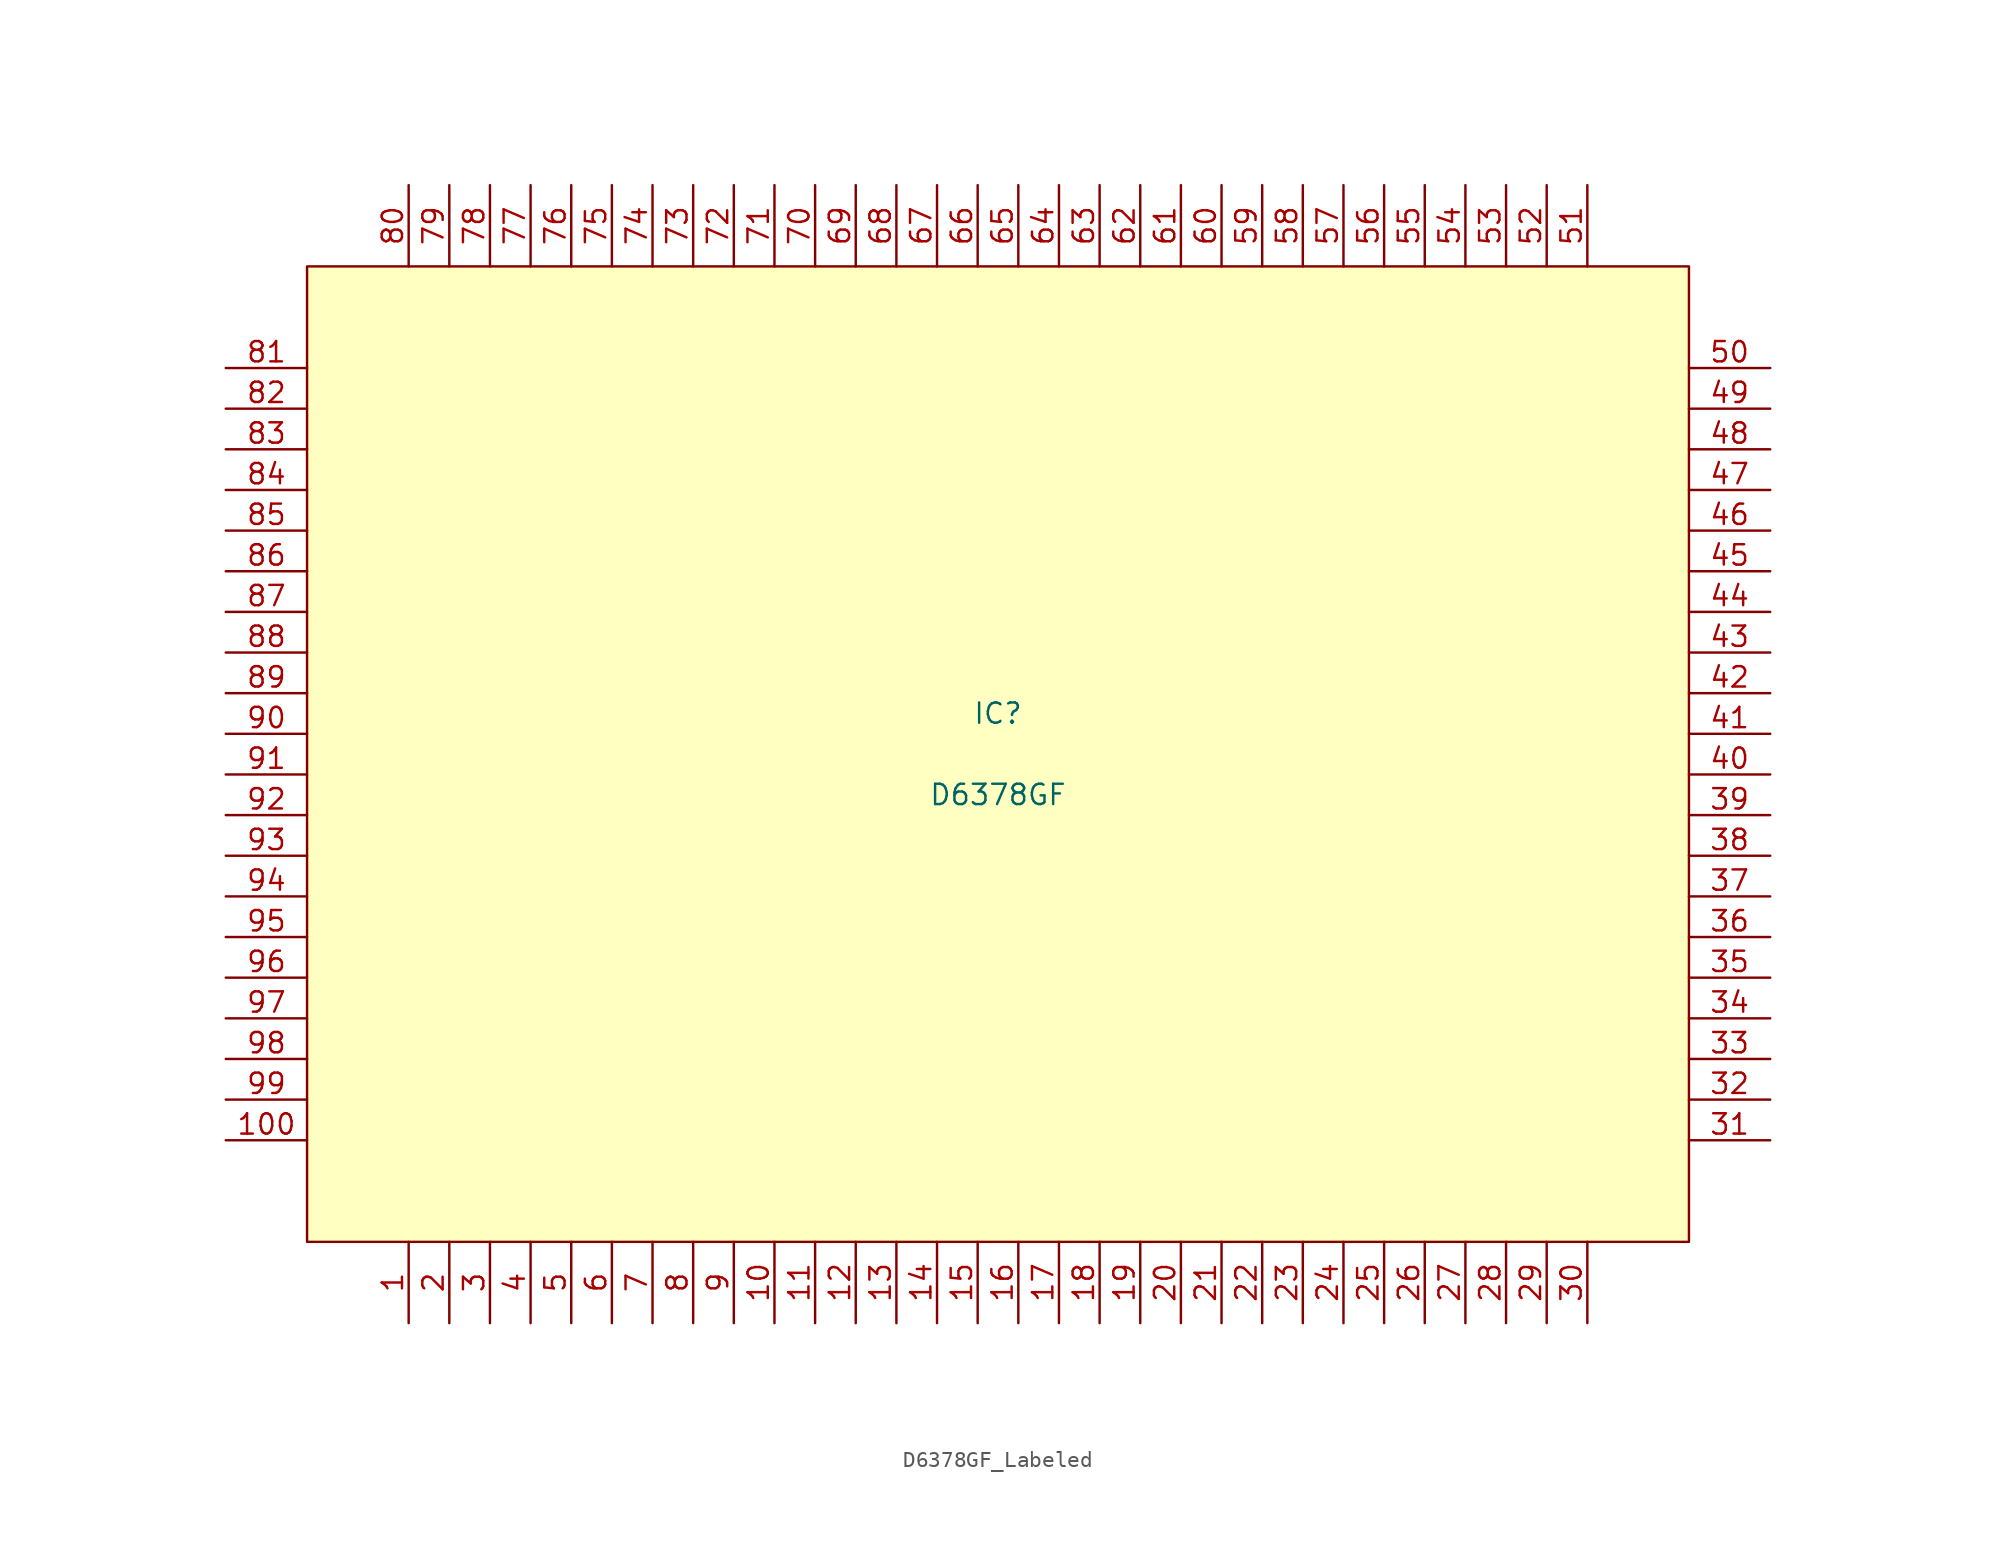
<source format=kicad_sym>
(kicad_symbol_lib
  (version 20220914)
  (generator kicad_symbol_editor)
  (symbol "D6378GF_Labeled"
    (property "Reference" "IC"
      (at 0 2.54 0)
      (effects (font (size 1.27 1.27))))
    (property "Value" "D6378GF"
      (at 0 -2.54 0)
      (effects (font (size 1.27 1.27))))
    (symbol "D6378GF_Labeled_1_1"
      (rectangle (start -43.18 30.48) (end 43.18 -30.48) (stroke (width 0) (type default)) (fill (type background)))
      (pin passive line (at -36.83 -35.56 90) (length 5.08) (name "" (effects (font (size 1.27 1.27)))) (number "1" (effects (font (size 1.27 1.27)))))
      (pin passive line (at -13.97 -35.56 90) (length 5.08) (name "" (effects (font (size 1.27 1.27)))) (number "10" (effects (font (size 1.27 1.27)))))
      (pin passive line (at -48.26 -24.13 0) (length 5.08) (name "" (effects (font (size 1.27 1.27)))) (number "100" (effects (font (size 1.27 1.27)))))
      (pin passive line (at -11.43 -35.56 90) (length 5.08) (name "" (effects (font (size 1.27 1.27)))) (number "11" (effects (font (size 1.27 1.27)))))
      (pin passive line (at -8.89 -35.56 90) (length 5.08) (name "" (effects (font (size 1.27 1.27)))) (number "12" (effects (font (size 1.27 1.27)))))
      (pin passive line (at -6.35 -35.56 90) (length 5.08) (name "" (effects (font (size 1.27 1.27)))) (number "13" (effects (font (size 1.27 1.27)))))
      (pin passive line (at -3.81 -35.56 90) (length 5.08) (name "" (effects (font (size 1.27 1.27)))) (number "14" (effects (font (size 1.27 1.27)))))
      (pin passive line (at -1.27 -35.56 90) (length 5.08) (name "" (effects (font (size 1.27 1.27)))) (number "15" (effects (font (size 1.27 1.27)))))
      (pin passive line (at 1.27 -35.56 90) (length 5.08) (name "" (effects (font (size 1.27 1.27)))) (number "16" (effects (font (size 1.27 1.27)))))
      (pin passive line (at 3.81 -35.56 90) (length 5.08) (name "" (effects (font (size 1.27 1.27)))) (number "17" (effects (font (size 1.27 1.27)))))
      (pin passive line (at 6.35 -35.56 90) (length 5.08) (name "" (effects (font (size 1.27 1.27)))) (number "18" (effects (font (size 1.27 1.27)))))
      (pin passive line (at 8.89 -35.56 90) (length 5.08) (name "" (effects (font (size 1.27 1.27)))) (number "19" (effects (font (size 1.27 1.27)))))
      (pin passive line (at -34.29 -35.56 90) (length 5.08) (name "" (effects (font (size 1.27 1.27)))) (number "2" (effects (font (size 1.27 1.27)))))
      (pin passive line (at 11.43 -35.56 90) (length 5.08) (name "" (effects (font (size 1.27 1.27)))) (number "20" (effects (font (size 1.27 1.27)))))
      (pin passive line (at 13.97 -35.56 90) (length 5.08) (name "" (effects (font (size 1.27 1.27)))) (number "21" (effects (font (size 1.27 1.27)))))
      (pin passive line (at 16.51 -35.56 90) (length 5.08) (name "" (effects (font (size 1.27 1.27)))) (number "22" (effects (font (size 1.27 1.27)))))
      (pin passive line (at 19.05 -35.56 90) (length 5.08) (name "" (effects (font (size 1.27 1.27)))) (number "23" (effects (font (size 1.27 1.27)))))
      (pin passive line (at 21.59 -35.56 90) (length 5.08) (name "" (effects (font (size 1.27 1.27)))) (number "24" (effects (font (size 1.27 1.27)))))
      (pin passive line (at 24.13 -35.56 90) (length 5.08) (name "" (effects (font (size 1.27 1.27)))) (number "25" (effects (font (size 1.27 1.27)))))
      (pin passive line (at 26.67 -35.56 90) (length 5.08) (name "" (effects (font (size 1.27 1.27)))) (number "26" (effects (font (size 1.27 1.27)))))
      (pin passive line (at 29.21 -35.56 90) (length 5.08) (name "" (effects (font (size 1.27 1.27)))) (number "27" (effects (font (size 1.27 1.27)))))
      (pin passive line (at 31.75 -35.56 90) (length 5.08) (name "" (effects (font (size 1.27 1.27)))) (number "28" (effects (font (size 1.27 1.27)))))
      (pin passive line (at 34.29 -35.56 90) (length 5.08) (name "" (effects (font (size 1.27 1.27)))) (number "29" (effects (font (size 1.27 1.27)))))
      (pin passive line (at -31.75 -35.56 90) (length 5.08) (name "" (effects (font (size 1.27 1.27)))) (number "3" (effects (font (size 1.27 1.27)))))
      (pin passive line (at 36.83 -35.56 90) (length 5.08) (name "" (effects (font (size 1.27 1.27)))) (number "30" (effects (font (size 1.27 1.27)))))
      (pin passive line (at 48.26 -24.13 180) (length 5.08) (name "" (effects (font (size 1.27 1.27)))) (number "31" (effects (font (size 1.27 1.27)))))
      (pin passive line (at 48.26 -21.59 180) (length 5.08) (name "" (effects (font (size 1.27 1.27)))) (number "32" (effects (font (size 1.27 1.27)))))
      (pin passive line (at 48.26 -19.05 180) (length 5.08) (name "" (effects (font (size 1.27 1.27)))) (number "33" (effects (font (size 1.27 1.27)))))
      (pin passive line (at 48.26 -16.51 180) (length 5.08) (name "" (effects (font (size 1.27 1.27)))) (number "34" (effects (font (size 1.27 1.27)))))
      (pin passive line (at 48.26 -13.97 180) (length 5.08) (name "" (effects (font (size 1.27 1.27)))) (number "35" (effects (font (size 1.27 1.27)))))
      (pin passive line (at 48.26 -11.43 180) (length 5.08) (name "" (effects (font (size 1.27 1.27)))) (number "36" (effects (font (size 1.27 1.27)))))
      (pin passive line (at 48.26 -8.89 180) (length 5.08) (name "" (effects (font (size 1.27 1.27)))) (number "37" (effects (font (size 1.27 1.27)))))
      (pin passive line (at 48.26 -6.35 180) (length 5.08) (name "" (effects (font (size 1.27 1.27)))) (number "38" (effects (font (size 1.27 1.27)))))
      (pin passive line (at 48.26 -3.81 180) (length 5.08) (name "" (effects (font (size 1.27 1.27)))) (number "39" (effects (font (size 1.27 1.27)))))
      (pin passive line (at -29.21 -35.56 90) (length 5.08) (name "" (effects (font (size 1.27 1.27)))) (number "4" (effects (font (size 1.27 1.27)))))
      (pin passive line (at 48.26 -1.27 180) (length 5.08) (name "" (effects (font (size 1.27 1.27)))) (number "40" (effects (font (size 1.27 1.27)))))
      (pin passive line (at 48.26 1.27 180) (length 5.08) (name "" (effects (font (size 1.27 1.27)))) (number "41" (effects (font (size 1.27 1.27)))))
      (pin passive line (at 48.26 3.81 180) (length 5.08) (name "" (effects (font (size 1.27 1.27)))) (number "42" (effects (font (size 1.27 1.27)))))
      (pin passive line (at 48.26 6.35 180) (length 5.08) (name "" (effects (font (size 1.27 1.27)))) (number "43" (effects (font (size 1.27 1.27)))))
      (pin passive line (at 48.26 8.89 180) (length 5.08) (name "" (effects (font (size 1.27 1.27)))) (number "44" (effects (font (size 1.27 1.27)))))
      (pin passive line (at 48.26 11.43 180) (length 5.08) (name "" (effects (font (size 1.27 1.27)))) (number "45" (effects (font (size 1.27 1.27)))))
      (pin passive line (at 48.26 13.97 180) (length 5.08) (name "" (effects (font (size 1.27 1.27)))) (number "46" (effects (font (size 1.27 1.27)))))
      (pin passive line (at 48.26 16.51 180) (length 5.08) (name "" (effects (font (size 1.27 1.27)))) (number "47" (effects (font (size 1.27 1.27)))))
      (pin passive line (at 48.26 19.05 180) (length 5.08) (name "" (effects (font (size 1.27 1.27)))) (number "48" (effects (font (size 1.27 1.27)))))
      (pin passive line (at 48.26 21.59 180) (length 5.08) (name "" (effects (font (size 1.27 1.27)))) (number "49" (effects (font (size 1.27 1.27)))))
      (pin passive line (at -26.67 -35.56 90) (length 5.08) (name "" (effects (font (size 1.27 1.27)))) (number "5" (effects (font (size 1.27 1.27)))))
      (pin passive line (at 48.26 24.13 180) (length 5.08) (name "" (effects (font (size 1.27 1.27)))) (number "50" (effects (font (size 1.27 1.27)))))
      (pin passive line (at 36.83 35.56 270) (length 5.08) (name "" (effects (font (size 1.27 1.27)))) (number "51" (effects (font (size 1.27 1.27)))))
      (pin passive line (at 34.29 35.56 270) (length 5.08) (name "" (effects (font (size 1.27 1.27)))) (number "52" (effects (font (size 1.27 1.27)))))
      (pin passive line (at 31.75 35.56 270) (length 5.08) (name "" (effects (font (size 1.27 1.27)))) (number "53" (effects (font (size 1.27 1.27)))))
      (pin passive line (at 29.21 35.56 270) (length 5.08) (name "" (effects (font (size 1.27 1.27)))) (number "54" (effects (font (size 1.27 1.27)))))
      (pin passive line (at 26.67 35.56 270) (length 5.08) (name "" (effects (font (size 1.27 1.27)))) (number "55" (effects (font (size 1.27 1.27)))))
      (pin passive line (at 24.13 35.56 270) (length 5.08) (name "" (effects (font (size 1.27 1.27)))) (number "56" (effects (font (size 1.27 1.27)))))
      (pin passive line (at 21.59 35.56 270) (length 5.08) (name "" (effects (font (size 1.27 1.27)))) (number "57" (effects (font (size 1.27 1.27)))))
      (pin passive line (at 19.05 35.56 270) (length 5.08) (name "" (effects (font (size 1.27 1.27)))) (number "58" (effects (font (size 1.27 1.27)))))
      (pin passive line (at 16.51 35.56 270) (length 5.08) (name "" (effects (font (size 1.27 1.27)))) (number "59" (effects (font (size 1.27 1.27)))))
      (pin passive line (at -24.13 -35.56 90) (length 5.08) (name "" (effects (font (size 1.27 1.27)))) (number "6" (effects (font (size 1.27 1.27)))))
      (pin passive line (at 13.97 35.56 270) (length 5.08) (name "" (effects (font (size 1.27 1.27)))) (number "60" (effects (font (size 1.27 1.27)))))
      (pin passive line (at 11.43 35.56 270) (length 5.08) (name "" (effects (font (size 1.27 1.27)))) (number "61" (effects (font (size 1.27 1.27)))))
      (pin passive line (at 8.89 35.56 270) (length 5.08) (name "" (effects (font (size 1.27 1.27)))) (number "62" (effects (font (size 1.27 1.27)))))
      (pin passive line (at 6.35 35.56 270) (length 5.08) (name "" (effects (font (size 1.27 1.27)))) (number "63" (effects (font (size 1.27 1.27)))))
      (pin passive line (at 3.81 35.56 270) (length 5.08) (name "" (effects (font (size 1.27 1.27)))) (number "64" (effects (font (size 1.27 1.27)))))
      (pin passive line (at 1.27 35.56 270) (length 5.08) (name "" (effects (font (size 1.27 1.27)))) (number "65" (effects (font (size 1.27 1.27)))))
      (pin passive line (at -1.27 35.56 270) (length 5.08) (name "" (effects (font (size 1.27 1.27)))) (number "66" (effects (font (size 1.27 1.27)))))
      (pin passive line (at -3.81 35.56 270) (length 5.08) (name "" (effects (font (size 1.27 1.27)))) (number "67" (effects (font (size 1.27 1.27)))))
      (pin passive line (at -6.35 35.56 270) (length 5.08) (name "" (effects (font (size 1.27 1.27)))) (number "68" (effects (font (size 1.27 1.27)))))
      (pin passive line (at -8.89 35.56 270) (length 5.08) (name "" (effects (font (size 1.27 1.27)))) (number "69" (effects (font (size 1.27 1.27)))))
      (pin passive line (at -21.59 -35.56 90) (length 5.08) (name "" (effects (font (size 1.27 1.27)))) (number "7" (effects (font (size 1.27 1.27)))))
      (pin passive line (at -11.43 35.56 270) (length 5.08) (name "" (effects (font (size 1.27 1.27)))) (number "70" (effects (font (size 1.27 1.27)))))
      (pin passive line (at -13.97 35.56 270) (length 5.08) (name "" (effects (font (size 1.27 1.27)))) (number "71" (effects (font (size 1.27 1.27)))))
      (pin passive line (at -16.51 35.56 270) (length 5.08) (name "" (effects (font (size 1.27 1.27)))) (number "72" (effects (font (size 1.27 1.27)))))
      (pin passive line (at -19.05 35.56 270) (length 5.08) (name "" (effects (font (size 1.27 1.27)))) (number "73" (effects (font (size 1.27 1.27)))))
      (pin passive line (at -21.59 35.56 270) (length 5.08) (name "" (effects (font (size 1.27 1.27)))) (number "74" (effects (font (size 1.27 1.27)))))
      (pin passive line (at -24.13 35.56 270) (length 5.08) (name "" (effects (font (size 1.27 1.27)))) (number "75" (effects (font (size 1.27 1.27)))))
      (pin passive line (at -26.67 35.56 270) (length 5.08) (name "" (effects (font (size 1.27 1.27)))) (number "76" (effects (font (size 1.27 1.27)))))
      (pin passive line (at -29.21 35.56 270) (length 5.08) (name "" (effects (font (size 1.27 1.27)))) (number "77" (effects (font (size 1.27 1.27)))))
      (pin passive line (at -31.75 35.56 270) (length 5.08) (name "" (effects (font (size 1.27 1.27)))) (number "78" (effects (font (size 1.27 1.27)))))
      (pin passive line (at -34.29 35.56 270) (length 5.08) (name "" (effects (font (size 1.27 1.27)))) (number "79" (effects (font (size 1.27 1.27)))))
      (pin passive line (at -19.05 -35.56 90) (length 5.08) (name "" (effects (font (size 1.27 1.27)))) (number "8" (effects (font (size 1.27 1.27)))))
      (pin passive line (at -36.83 35.56 270) (length 5.08) (name "" (effects (font (size 1.27 1.27)))) (number "80" (effects (font (size 1.27 1.27)))))
      (pin passive line (at -48.26 24.13 0) (length 5.08) (name "" (effects (font (size 1.27 1.27)))) (number "81" (effects (font (size 1.27 1.27)))))
      (pin passive line (at -48.26 21.59 0) (length 5.08) (name "" (effects (font (size 1.27 1.27)))) (number "82" (effects (font (size 1.27 1.27)))))
      (pin passive line (at -48.26 19.05 0) (length 5.08) (name "" (effects (font (size 1.27 1.27)))) (number "83" (effects (font (size 1.27 1.27)))))
      (pin passive line (at -48.26 16.51 0) (length 5.08) (name "" (effects (font (size 1.27 1.27)))) (number "84" (effects (font (size 1.27 1.27)))))
      (pin passive line (at -48.26 13.97 0) (length 5.08) (name "" (effects (font (size 1.27 1.27)))) (number "85" (effects (font (size 1.27 1.27)))))
      (pin passive line (at -48.26 11.43 0) (length 5.08) (name "" (effects (font (size 1.27 1.27)))) (number "86" (effects (font (size 1.27 1.27)))))
      (pin passive line (at -48.26 8.89 0) (length 5.08) (name "" (effects (font (size 1.27 1.27)))) (number "87" (effects (font (size 1.27 1.27)))))
      (pin passive line (at -48.26 6.35 0) (length 5.08) (name "" (effects (font (size 1.27 1.27)))) (number "88" (effects (font (size 1.27 1.27)))))
      (pin passive line (at -48.26 3.81 0) (length 5.08) (name "" (effects (font (size 1.27 1.27)))) (number "89" (effects (font (size 1.27 1.27)))))
      (pin passive line (at -16.51 -35.56 90) (length 5.08) (name "" (effects (font (size 1.27 1.27)))) (number "9" (effects (font (size 1.27 1.27)))))
      (pin passive line (at -48.26 1.27 0) (length 5.08) (name "" (effects (font (size 1.27 1.27)))) (number "90" (effects (font (size 1.27 1.27)))))
      (pin passive line (at -48.26 -1.27 0) (length 5.08) (name "" (effects (font (size 1.27 1.27)))) (number "91" (effects (font (size 1.27 1.27)))))
      (pin passive line (at -48.26 -3.81 0) (length 5.08) (name "" (effects (font (size 1.27 1.27)))) (number "92" (effects (font (size 1.27 1.27)))))
      (pin passive line (at -48.26 -6.35 0) (length 5.08) (name "" (effects (font (size 1.27 1.27)))) (number "93" (effects (font (size 1.27 1.27)))))
      (pin passive line (at -48.26 -8.89 0) (length 5.08) (name "" (effects (font (size 1.27 1.27)))) (number "94" (effects (font (size 1.27 1.27)))))
      (pin passive line (at -48.26 -11.43 0) (length 5.08) (name "" (effects (font (size 1.27 1.27)))) (number "95" (effects (font (size 1.27 1.27)))))
      (pin passive line (at -48.26 -13.97 0) (length 5.08) (name "" (effects (font (size 1.27 1.27)))) (number "96" (effects (font (size 1.27 1.27)))))
      (pin passive line (at -48.26 -16.51 0) (length 5.08) (name "" (effects (font (size 1.27 1.27)))) (number "97" (effects (font (size 1.27 1.27)))))
      (pin passive line (at -48.26 -19.05 0) (length 5.08) (name "" (effects (font (size 1.27 1.27)))) (number "98" (effects (font (size 1.27 1.27)))))
      (pin passive line (at -48.26 -21.59 0) (length 5.08) (name "" (effects (font (size 1.27 1.27)))) (number "99" (effects (font (size 1.27 1.27))))))))
</source>
